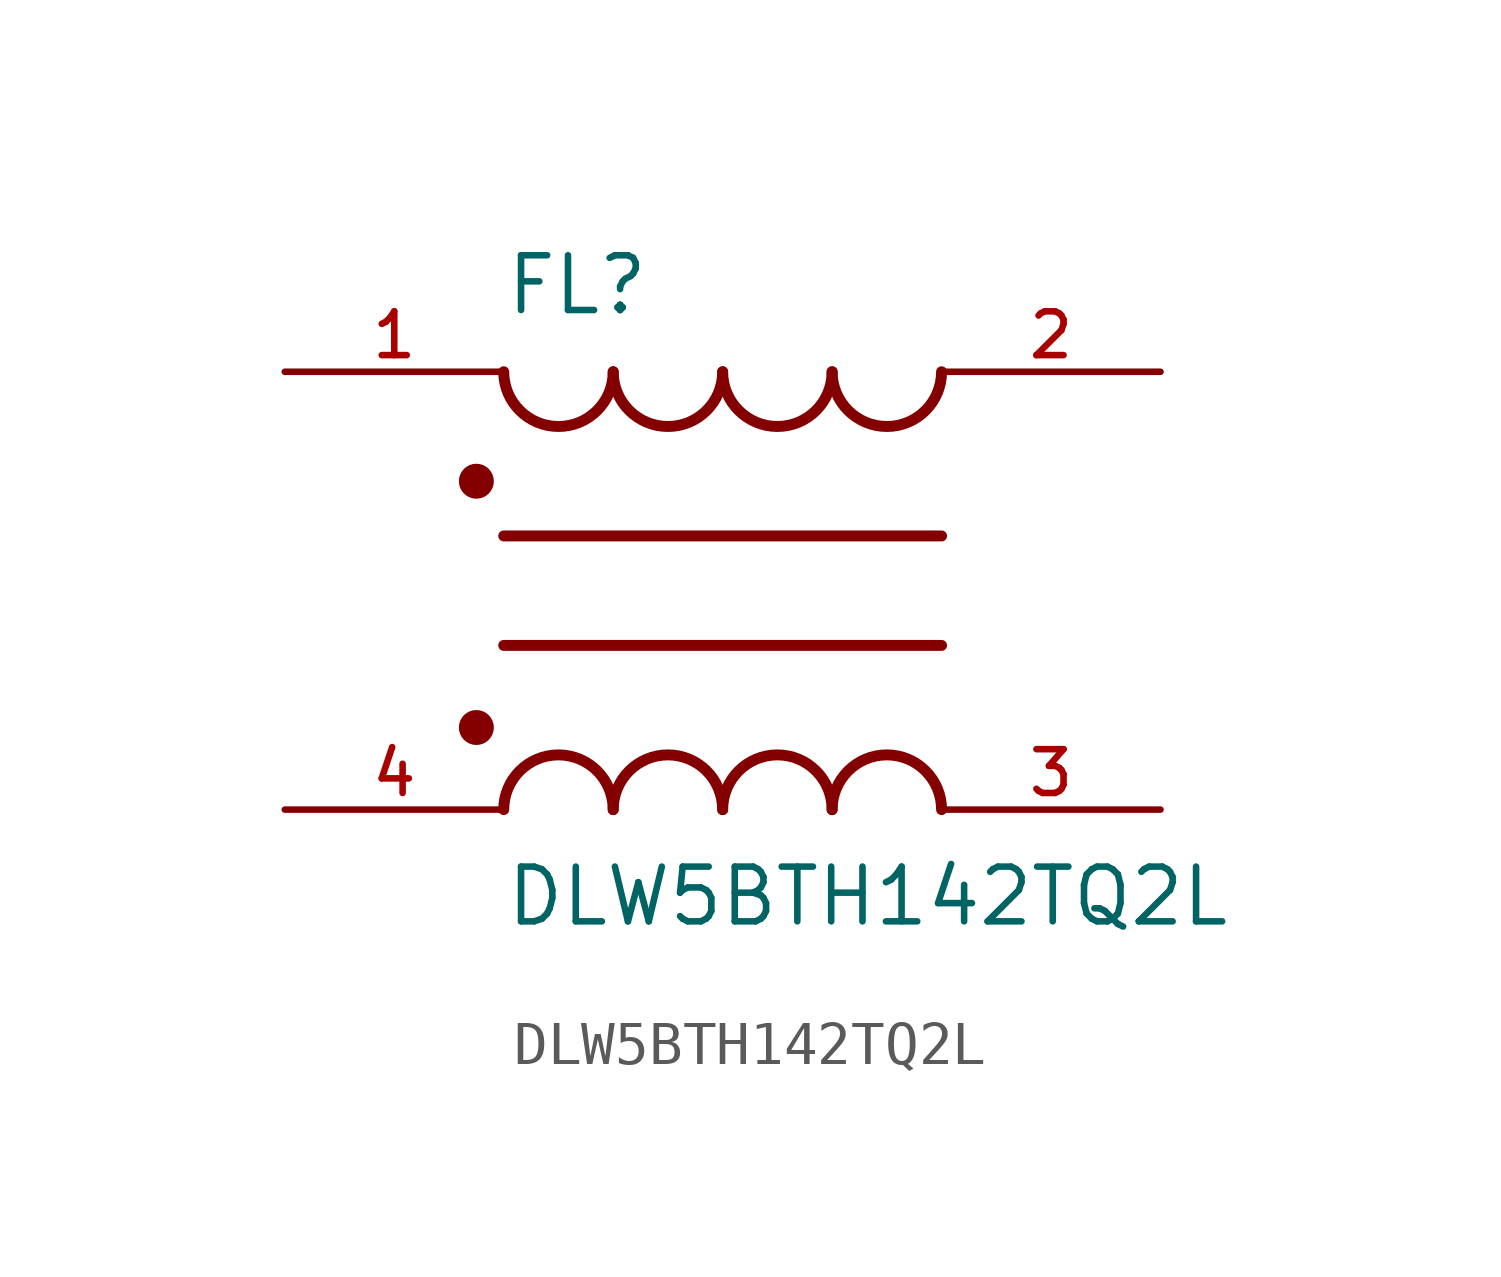
<source format=kicad_sym>
(kicad_symbol_lib
  (version 20211014)
  (generator kicad_symbol_editor)
  (symbol "DLW5BTH142TQ2L"
    (pin_names
      (offset 1.016))
    (property "Reference" "FL"
      (at -5.08 6.35 0)
      (effects (font (size 1.27 1.27)) (justify bottom left)))
    (property "Value" "DLW5BTH142TQ2L"
      (at -5.08 -6.35 0)
      (effects (font (size 1.27 1.27)) (justify top left)))
    (symbol "DLW5BTH142TQ2L_0_0"
      (arc (start -2.54 -5.08) (mid -3.81 -3.81) (end -5.08 -5.08) (stroke (width 0.254) (type default) (color 0 0 0 0)) (fill (type none)))
      (arc (start 0.0 -5.08) (mid -1.27 -3.81) (end -2.54 -5.08) (stroke (width 0.254) (type default) (color 0 0 0 0)) (fill (type none)))
      (arc (start 2.54 -5.08) (mid 1.27 -3.81) (end 0.0 -5.08) (stroke (width 0.254) (type default) (color 0 0 0 0)) (fill (type none)))
      (arc (start 5.08 -5.08) (mid 3.81 -3.81) (end 2.54 -5.08) (stroke (width 0.254) (type default) (color 0 0 0 0)) (fill (type none)))
      (polyline (pts (xy -5.08 -1.27) (xy 5.08 -1.27)) (stroke (width 0.254)))
      (circle (center -5.715 -3.175) (radius 0.203) (stroke (width 0.406)) (fill (type none)))
      (arc (start 2.54 5.08) (mid 3.81 3.81) (end 5.08 5.08) (stroke (width 0.254) (type default) (color 0 0 0 0)) (fill (type none)))
      (arc (start 0.0 5.08) (mid 1.27 3.81) (end 2.54 5.08) (stroke (width 0.254) (type default) (color 0 0 0 0)) (fill (type none)))
      (arc (start -2.54 5.08) (mid -1.27 3.81) (end 0.0 5.08) (stroke (width 0.254) (type default) (color 0 0 0 0)) (fill (type none)))
      (arc (start -5.08 5.08) (mid -3.81 3.81) (end -2.54 5.08) (stroke (width 0.254) (type default) (color 0 0 0 0)) (fill (type none)))
      (polyline (pts (xy 5.08 1.27) (xy -5.08 1.27)) (stroke (width 0.254)))
      (circle (center -5.715 2.54) (radius 0.203) (stroke (width 0.406)) (fill (type none)))
      (pin passive line (at -10.16 5.08 0) (length 5.08) (name "~" (effects (font (size 1.016 1.016)))) (number "1" (effects (font (size 1.016 1.016)))))
      (pin passive line (at 10.16 5.08 180.0) (length 5.08) (name "~" (effects (font (size 1.016 1.016)))) (number "2" (effects (font (size 1.016 1.016)))))
      (pin passive line (at -10.16 -5.08 0) (length 5.08) (name "~" (effects (font (size 1.016 1.016)))) (number "4" (effects (font (size 1.016 1.016)))))
      (pin passive line (at 10.16 -5.08 180.0) (length 5.08) (name "~" (effects (font (size 1.016 1.016)))) (number "3" (effects (font (size 1.016 1.016))))))))
</source>
